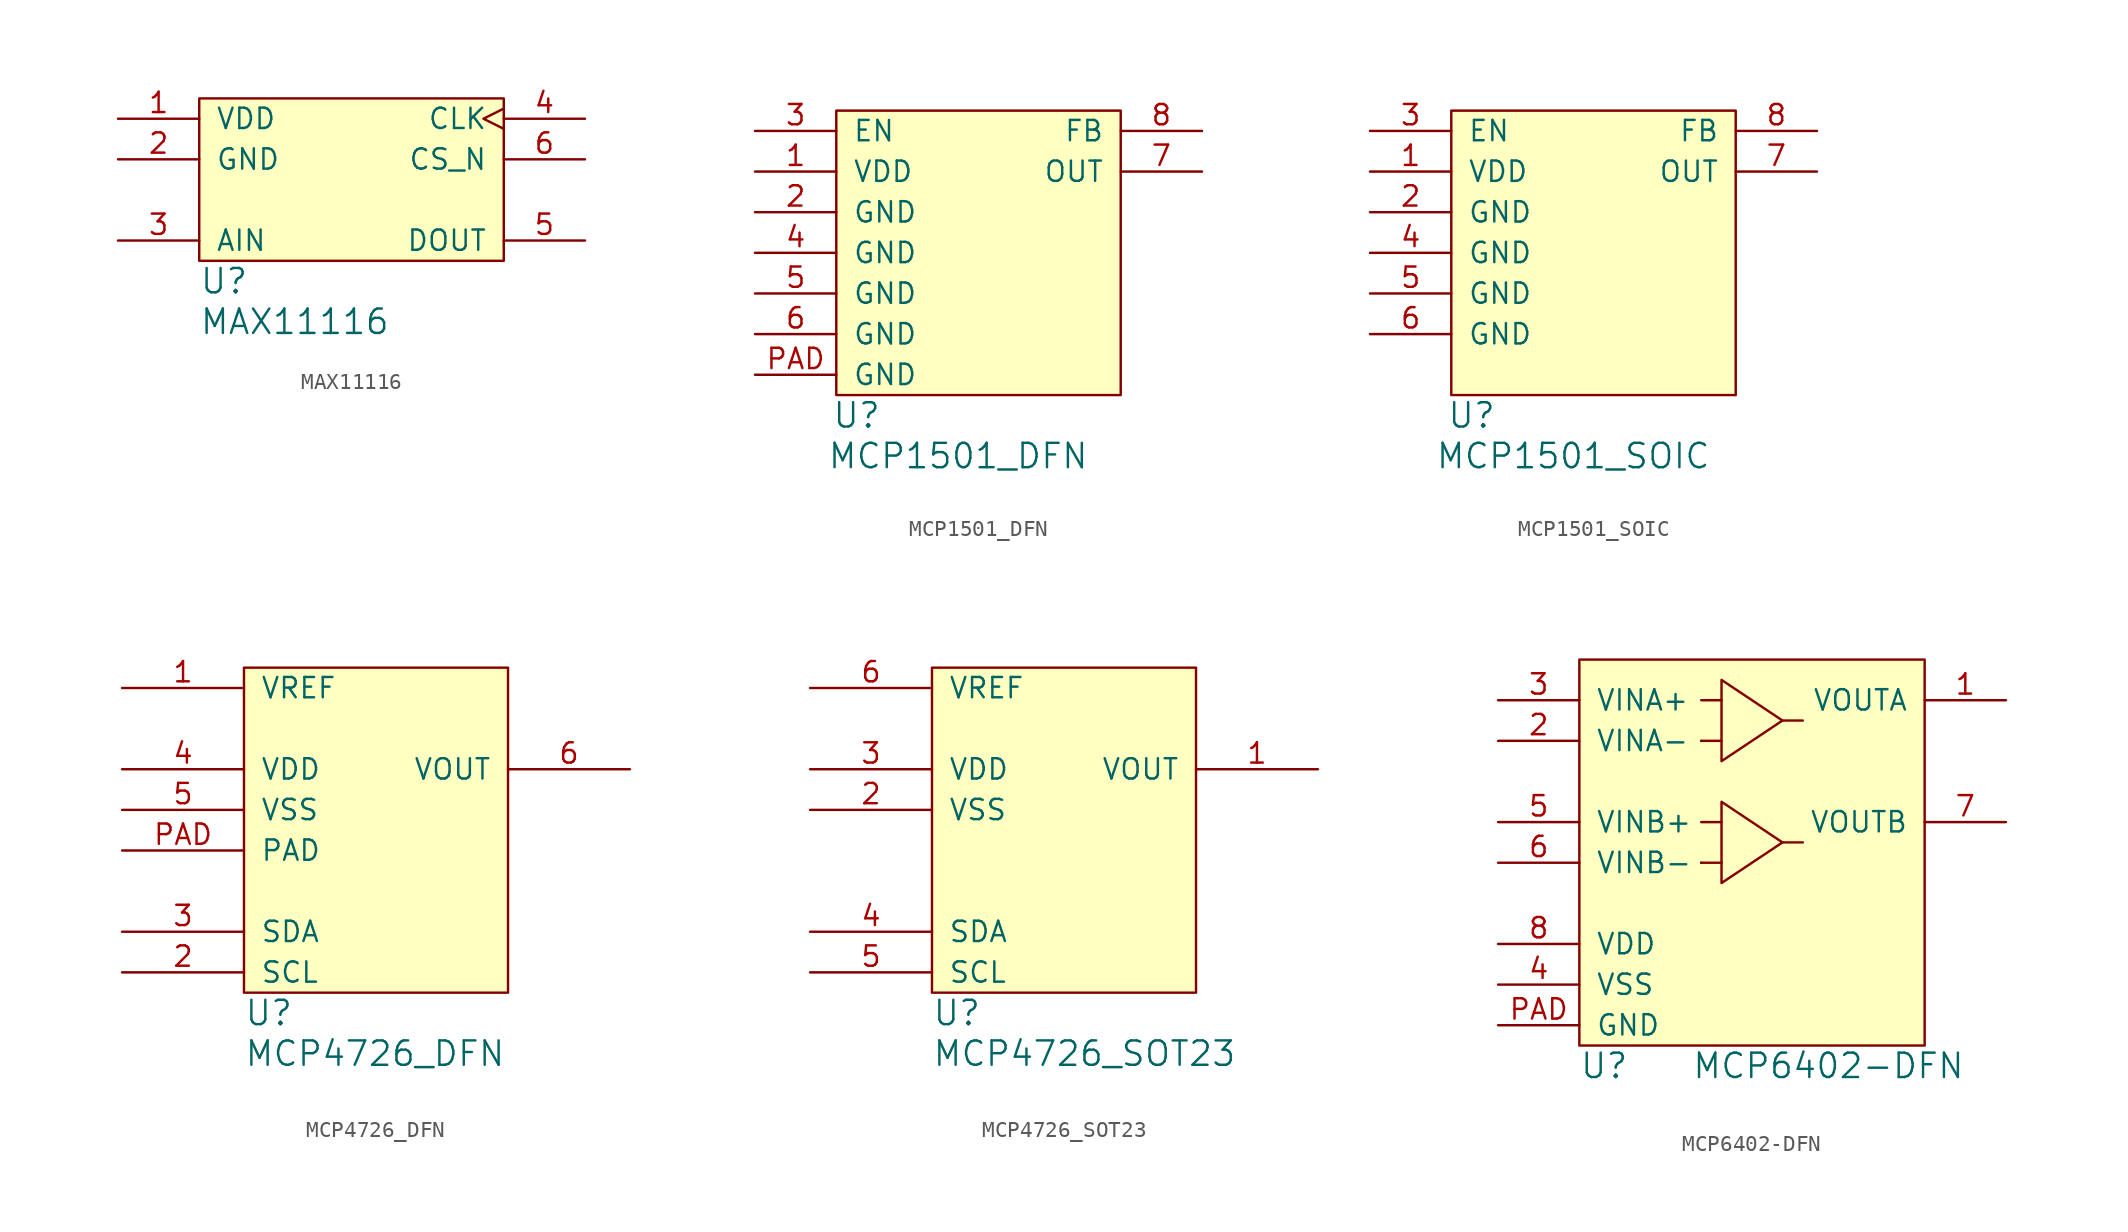
<source format=kicad_sym>
(kicad_symbol_lib
  (version 20211014)
  (generator kicad_symbol_editor)
  (symbol "MAX11116"
    (pin_names
      (offset 1.016))
    (property "Reference" "U"
      (at 0 -1.27 0)
      (effects (font (size 1.524 1.524)) (justify left)))
    (property "Value" "MAX11116"
      (at 0 -3.81 0)
      (effects (font (size 1.524 1.524)) (justify left)))
    (property "Footprint" ""
      (at 0 0 0)
      (effects (font (size 1.524 1.524))))
    (property "Datasheet" ""
      (at 0 0 0)
      (effects (font (size 1.524 1.524))))
    (symbol "MAX11116_0_1"
      (rectangle (start 0 10.16) (end 19.05 0) (stroke (width 0) (type default) (color 0 0 0 0)) (fill (type background))))
    (symbol "MAX11116_1_1"
      (pin power_in line (at -5.08 8.89 0) (length 5.08) (name "VDD" (effects (font (size 1.27 1.27)))) (number "1" (effects (font (size 1.27 1.27)))))
      (pin power_in line (at -5.08 6.35 0) (length 5.08) (name "GND" (effects (font (size 1.27 1.27)))) (number "2" (effects (font (size 1.27 1.27)))))
      (pin input line (at -5.08 1.27 0) (length 5.08) (name "AIN" (effects (font (size 1.27 1.27)))) (number "3" (effects (font (size 1.27 1.27)))))
      (pin input clock (at 24.13 8.89 180) (length 5.08) (name "CLK" (effects (font (size 1.27 1.27)))) (number "4" (effects (font (size 1.27 1.27)))))
      (pin output line (at 24.13 1.27 180) (length 5.08) (name "DOUT" (effects (font (size 1.27 1.27)))) (number "5" (effects (font (size 1.27 1.27)))))
      (pin input line (at 24.13 6.35 180) (length 5.08) (name "CS_N" (effects (font (size 1.27 1.27)))) (number "6" (effects (font (size 1.27 1.27)))))))
  (symbol "MCP1501_DFN"
    (pin_names
      (offset 1.016))
    (property "Reference" "U"
      (at 1.27 -1.27 0)
      (effects (font (size 1.524 1.524))))
    (property "Value" "MCP1501_DFN"
      (at 7.62 -3.81 0)
      (effects (font (size 1.524 1.524))))
    (symbol "MCP1501_DFN_0_1"
      (rectangle (start 0 17.78) (end 17.78 0) (stroke (width 0) (type default) (color 0 0 0 0)) (fill (type background))))
    (symbol "MCP1501_DFN_1_1"
      (pin power_in line (at -5.08 13.97 0) (length 5.08) (name "VDD" (effects (font (size 1.27 1.27)))) (number "1" (effects (font (size 1.27 1.27)))))
      (pin power_in line (at -5.08 11.43 0) (length 5.08) (name "GND" (effects (font (size 1.27 1.27)))) (number "2" (effects (font (size 1.27 1.27)))))
      (pin input line (at -5.08 16.51 0) (length 5.08) (name "EN" (effects (font (size 1.27 1.27)))) (number "3" (effects (font (size 1.27 1.27)))))
      (pin power_in line (at -5.08 8.89 0) (length 5.08) (name "GND" (effects (font (size 1.27 1.27)))) (number "4" (effects (font (size 1.27 1.27)))))
      (pin power_in line (at -5.08 6.35 0) (length 5.08) (name "GND" (effects (font (size 1.27 1.27)))) (number "5" (effects (font (size 1.27 1.27)))))
      (pin power_in line (at -5.08 3.81 0) (length 5.08) (name "GND" (effects (font (size 1.27 1.27)))) (number "6" (effects (font (size 1.27 1.27)))))
      (pin power_out line (at 22.86 13.97 180) (length 5.08) (name "OUT" (effects (font (size 1.27 1.27)))) (number "7" (effects (font (size 1.27 1.27)))))
      (pin input line (at 22.86 16.51 180) (length 5.08) (name "FB" (effects (font (size 1.27 1.27)))) (number "8" (effects (font (size 1.27 1.27)))))
      (pin power_in line (at -5.08 1.27 0) (length 5.08) (name "GND" (effects (font (size 1.27 1.27)))) (number "PAD" (effects (font (size 1.27 1.27)))))))
  (symbol "MCP1501_SOIC"
    (pin_names
      (offset 1.016))
    (property "Reference" "U"
      (at 1.27 -1.27 0)
      (effects (font (size 1.524 1.524))))
    (property "Value" "MCP1501_SOIC"
      (at 7.62 -3.81 0)
      (effects (font (size 1.524 1.524))))
    (symbol "MCP1501_SOIC_0_1"
      (rectangle (start 0 17.78) (end 17.78 0) (stroke (width 0) (type default) (color 0 0 0 0)) (fill (type background))))
    (symbol "MCP1501_SOIC_1_1"
      (pin power_in line (at -5.08 13.97 0) (length 5.08) (name "VDD" (effects (font (size 1.27 1.27)))) (number "1" (effects (font (size 1.27 1.27)))))
      (pin power_in line (at -5.08 11.43 0) (length 5.08) (name "GND" (effects (font (size 1.27 1.27)))) (number "2" (effects (font (size 1.27 1.27)))))
      (pin input line (at -5.08 16.51 0) (length 5.08) (name "EN" (effects (font (size 1.27 1.27)))) (number "3" (effects (font (size 1.27 1.27)))))
      (pin power_in line (at -5.08 8.89 0) (length 5.08) (name "GND" (effects (font (size 1.27 1.27)))) (number "4" (effects (font (size 1.27 1.27)))))
      (pin power_in line (at -5.08 6.35 0) (length 5.08) (name "GND" (effects (font (size 1.27 1.27)))) (number "5" (effects (font (size 1.27 1.27)))))
      (pin power_in line (at -5.08 3.81 0) (length 5.08) (name "GND" (effects (font (size 1.27 1.27)))) (number "6" (effects (font (size 1.27 1.27)))))
      (pin power_out line (at 22.86 13.97 180) (length 5.08) (name "OUT" (effects (font (size 1.27 1.27)))) (number "7" (effects (font (size 1.27 1.27)))))
      (pin input line (at 22.86 16.51 180) (length 5.08) (name "FB" (effects (font (size 1.27 1.27)))) (number "8" (effects (font (size 1.27 1.27)))))))
  (symbol "MCP4726_DFN"
    (pin_names
      (offset 1.016))
    (property "Reference" "U"
      (at 0 -1.27 0)
      (effects (font (size 1.524 1.524)) (justify left)))
    (property "Value" "MCP4726_DFN"
      (at 0 -3.81 0)
      (effects (font (size 1.524 1.524)) (justify left)))
    (symbol "MCP4726_DFN_0_1"
      (rectangle (start 0 20.32) (end 16.51 0) (stroke (width 0) (type default) (color 0 0 0 0)) (fill (type background))))
    (symbol "MCP4726_DFN_1_1"
      (pin input line (at -7.62 19.05 0) (length 7.62) (name "VREF" (effects (font (size 1.27 1.27)))) (number "1" (effects (font (size 1.27 1.27)))))
      (pin input line (at -7.62 1.27 0) (length 7.62) (name "SCL" (effects (font (size 1.27 1.27)))) (number "2" (effects (font (size 1.27 1.27)))))
      (pin bidirectional line (at -7.62 3.81 0) (length 7.62) (name "SDA" (effects (font (size 1.27 1.27)))) (number "3" (effects (font (size 1.27 1.27)))))
      (pin power_in line (at -7.62 13.97 0) (length 7.62) (name "VDD" (effects (font (size 1.27 1.27)))) (number "4" (effects (font (size 1.27 1.27)))))
      (pin power_in line (at -7.62 11.43 0) (length 7.62) (name "VSS" (effects (font (size 1.27 1.27)))) (number "5" (effects (font (size 1.27 1.27)))))
      (pin output line (at 24.13 13.97 180) (length 7.62) (name "VOUT" (effects (font (size 1.27 1.27)))) (number "6" (effects (font (size 1.27 1.27)))))
      (pin power_in line (at -7.62 8.89 0) (length 7.62) (name "PAD" (effects (font (size 1.27 1.27)))) (number "PAD" (effects (font (size 1.27 1.27)))))))
  (symbol "MCP4726_SOT23"
    (pin_names
      (offset 1.016))
    (property "Reference" "U"
      (at 0 -1.27 0)
      (effects (font (size 1.524 1.524)) (justify left)))
    (property "Value" "MCP4726_SOT23"
      (at 0 -3.81 0)
      (effects (font (size 1.524 1.524)) (justify left)))
    (symbol "MCP4726_SOT23_0_1"
      (rectangle (start 0 20.32) (end 16.51 0) (stroke (width 0) (type default) (color 0 0 0 0)) (fill (type background))))
    (symbol "MCP4726_SOT23_1_1"
      (pin output line (at 24.13 13.97 180) (length 7.62) (name "VOUT" (effects (font (size 1.27 1.27)))) (number "1" (effects (font (size 1.27 1.27)))))
      (pin power_in line (at -7.62 11.43 0) (length 7.62) (name "VSS" (effects (font (size 1.27 1.27)))) (number "2" (effects (font (size 1.27 1.27)))))
      (pin power_in line (at -7.62 13.97 0) (length 7.62) (name "VDD" (effects (font (size 1.27 1.27)))) (number "3" (effects (font (size 1.27 1.27)))))
      (pin bidirectional line (at -7.62 3.81 0) (length 7.62) (name "SDA" (effects (font (size 1.27 1.27)))) (number "4" (effects (font (size 1.27 1.27)))))
      (pin input line (at -7.62 1.27 0) (length 7.62) (name "SCL" (effects (font (size 1.27 1.27)))) (number "5" (effects (font (size 1.27 1.27)))))
      (pin input line (at -7.62 19.05 0) (length 7.62) (name "VREF" (effects (font (size 1.27 1.27)))) (number "6" (effects (font (size 1.27 1.27)))))))
  (symbol "MCP6402-DFN"
    (pin_names
      (offset 1.016))
    (property "Reference" "U"
      (at 0 -2.54 0)
      (effects (font (size 1.524 1.524)) (justify left)))
    (property "Value" "MCP6402-DFN"
      (at 24.13 -2.54 0)
      (effects (font (size 1.524 1.524)) (justify right)))
    (property "Footprint" ""
      (at 0 -1.27 0)
      (effects (font (size 1.524 1.524))))
    (property "Datasheet" ""
      (at 0 -1.27 0)
      (effects (font (size 1.524 1.524))))
    (symbol "MCP6402-DFN_0_1"
      (polyline (pts (xy 7.62 10.16) (xy 7.62 10.16)) (stroke (width 0) (type default) (color 0 0 0 0)) (fill (type none)))
      (polyline (pts (xy 7.62 10.16) (xy 8.89 10.16)) (stroke (width 0) (type default) (color 0 0 0 0)) (fill (type none)))
      (polyline (pts (xy 7.62 12.7) (xy 8.89 12.7)) (stroke (width 0) (type default) (color 0 0 0 0)) (fill (type none)))
      (polyline (pts (xy 7.62 17.78) (xy 7.62 17.78)) (stroke (width 0) (type default) (color 0 0 0 0)) (fill (type none)))
      (polyline (pts (xy 7.62 17.78) (xy 8.89 17.78)) (stroke (width 0) (type default) (color 0 0 0 0)) (fill (type none)))
      (polyline (pts (xy 7.62 20.32) (xy 8.89 20.32)) (stroke (width 0) (type default) (color 0 0 0 0)) (fill (type none)))
      (polyline (pts (xy 12.7 11.43) (xy 13.97 11.43)) (stroke (width 0) (type default) (color 0 0 0 0)) (fill (type none)))
      (polyline (pts (xy 12.7 19.05) (xy 13.97 19.05)) (stroke (width 0) (type default) (color 0 0 0 0)) (fill (type none)))
      (polyline (pts (xy 8.89 13.97) (xy 8.89 8.89) (xy 12.7 11.43) (xy 8.89 13.97)) (stroke (width 0) (type default) (color 0 0 0 0)) (fill (type none)))
      (polyline (pts (xy 8.89 21.59) (xy 8.89 16.51) (xy 12.7 19.05) (xy 8.89 21.59)) (stroke (width 0) (type default) (color 0 0 0 0)) (fill (type none)))
      (rectangle (start 0 22.86) (end 21.59 -1.27) (stroke (width 0) (type default) (color 0 0 0 0)) (fill (type background))))
    (symbol "MCP6402-DFN_1_1"
      (pin output line (at 26.67 20.32 180) (length 5.08) (name "VOUTA" (effects (font (size 1.27 1.27)))) (number "1" (effects (font (size 1.27 1.27)))))
      (pin input line (at -5.08 17.78 0) (length 5.08) (name "VINA-" (effects (font (size 1.27 1.27)))) (number "2" (effects (font (size 1.27 1.27)))))
      (pin input line (at -5.08 20.32 0) (length 5.08) (name "VINA+" (effects (font (size 1.27 1.27)))) (number "3" (effects (font (size 1.27 1.27)))))
      (pin power_in line (at -5.08 2.54 0) (length 5.08) (name "VSS" (effects (font (size 1.27 1.27)))) (number "4" (effects (font (size 1.27 1.27)))))
      (pin input line (at -5.08 12.7 0) (length 5.08) (name "VINB+" (effects (font (size 1.27 1.27)))) (number "5" (effects (font (size 1.27 1.27)))))
      (pin input line (at -5.08 10.16 0) (length 5.08) (name "VINB-" (effects (font (size 1.27 1.27)))) (number "6" (effects (font (size 1.27 1.27)))))
      (pin output line (at 26.67 12.7 180) (length 5.08) (name "VOUTB" (effects (font (size 1.27 1.27)))) (number "7" (effects (font (size 1.27 1.27)))))
      (pin power_in line (at -5.08 5.08 0) (length 5.08) (name "VDD" (effects (font (size 1.27 1.27)))) (number "8" (effects (font (size 1.27 1.27)))))
      (pin power_in line (at -5.08 0 0) (length 5.08) (name "GND" (effects (font (size 1.27 1.27)))) (number "PAD" (effects (font (size 1.27 1.27))))))))
</source>
